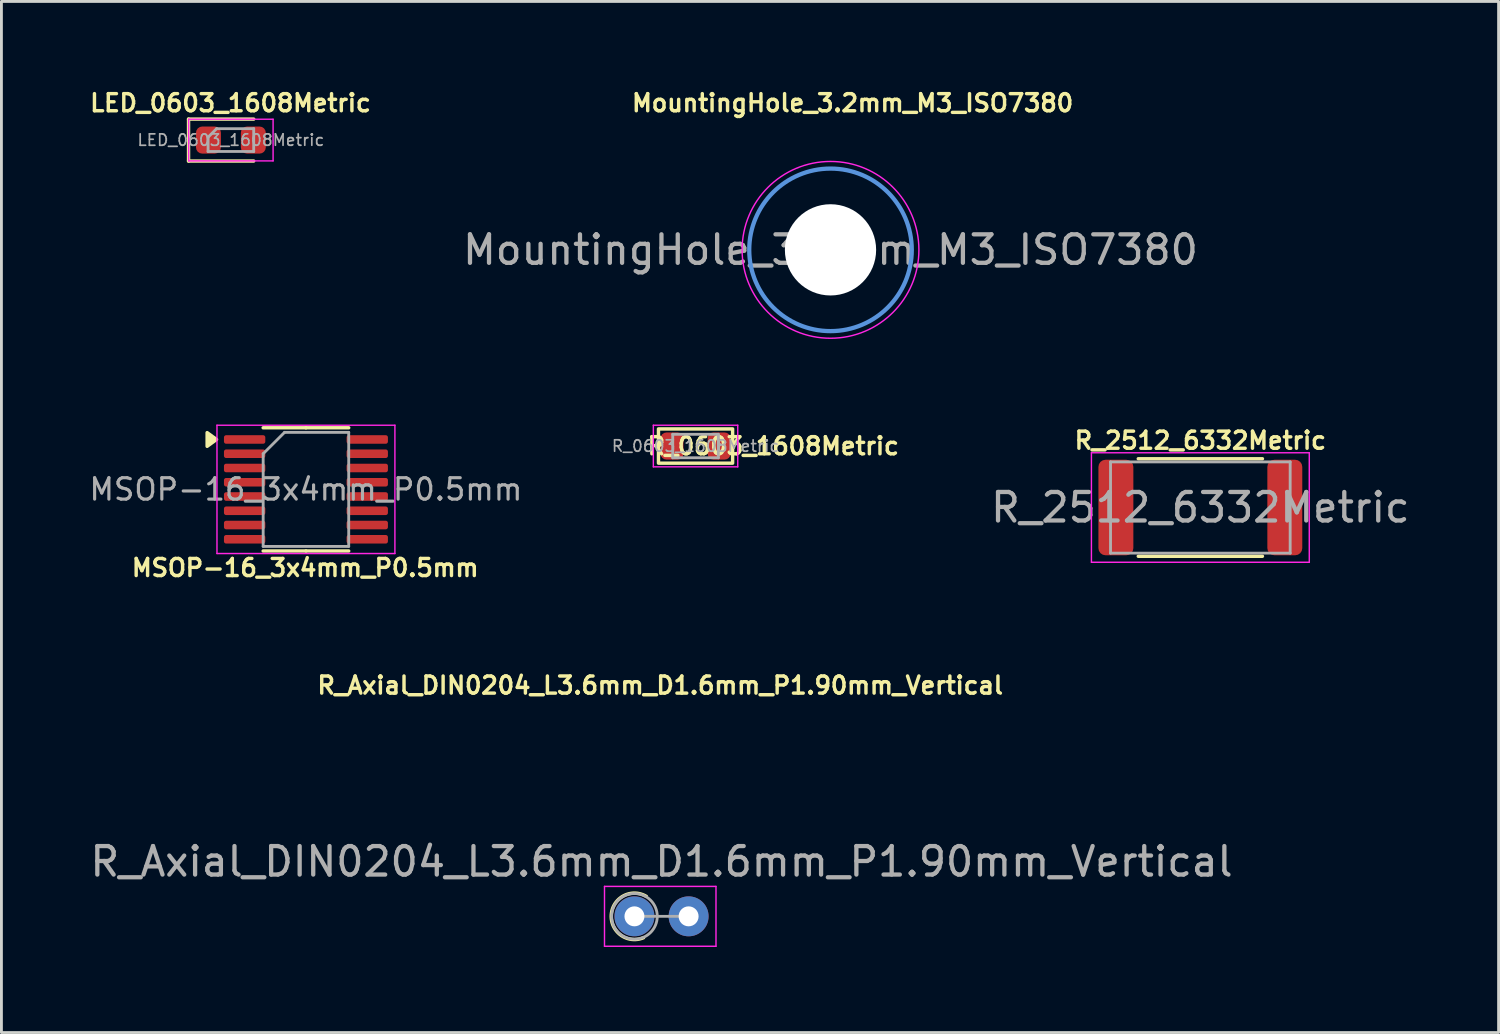
<source format=kicad_pcb>
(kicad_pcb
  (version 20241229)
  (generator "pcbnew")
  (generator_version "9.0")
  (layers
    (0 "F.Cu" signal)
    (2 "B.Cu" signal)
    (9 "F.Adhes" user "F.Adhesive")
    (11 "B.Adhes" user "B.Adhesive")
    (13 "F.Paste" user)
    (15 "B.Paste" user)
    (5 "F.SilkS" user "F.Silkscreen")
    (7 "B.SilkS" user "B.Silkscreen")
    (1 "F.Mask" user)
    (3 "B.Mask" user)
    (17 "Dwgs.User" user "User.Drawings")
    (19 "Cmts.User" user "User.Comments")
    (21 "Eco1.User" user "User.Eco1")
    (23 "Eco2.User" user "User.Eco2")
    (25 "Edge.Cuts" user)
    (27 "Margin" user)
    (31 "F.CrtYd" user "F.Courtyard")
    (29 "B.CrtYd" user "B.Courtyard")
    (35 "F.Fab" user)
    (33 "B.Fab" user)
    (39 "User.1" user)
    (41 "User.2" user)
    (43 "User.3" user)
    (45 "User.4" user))
  (footprint "MSOP-16_3x4mm_P0.5mm"
    (layer "F.Cu")
    (at 7.679 14.112)
    (property "Reference" "MSOP-16_3x4mm_P0.5mm" (at -0.025 2.75 0) (layer "F.SilkS") (effects (font (size 0.6 0.6) (thickness 0.12))))
    (attr smd)
    (fp_line (start 0 -2.16) (end -1.5 -2.16) (stroke (width 0.12) (type solid)) (layer "F.SilkS"))
    (fp_line (start 0 -2.16) (end 1.5 -2.16) (stroke (width 0.12) (type solid)) (layer "F.SilkS"))
    (fp_line (start 0 2.16) (end -1.5 2.16) (stroke (width 0.12) (type solid)) (layer "F.SilkS"))
    (fp_line (start 0 2.16) (end 1.5 2.16) (stroke (width 0.12) (type solid)) (layer "F.SilkS"))
    (fp_poly (pts (xy -3.135 -1.75) (xy -3.465 -1.99) (xy -3.465 -1.51) (xy -3.135 -1.75)) (stroke (width 0.12) (type solid)) (fill yes) (layer "F.SilkS"))
    (fp_line (start -3.12 -2.25) (end -3.12 2.25) (stroke (width 0.05) (type solid)) (layer "F.CrtYd"))
    (fp_line (start -3.12 2.25) (end 3.12 2.25) (stroke (width 0.05) (type solid)) (layer "F.CrtYd"))
    (fp_line (start 3.12 -2.25) (end -3.12 -2.25) (stroke (width 0.05) (type solid)) (layer "F.CrtYd"))
    (fp_line (start 3.12 2.25) (end 3.12 -2.25) (stroke (width 0.05) (type solid)) (layer "F.CrtYd"))
    (fp_line (start -1.5 -1.25) (end -0.75 -2) (stroke (width 0.1) (type solid)) (layer "F.Fab"))
    (fp_line (start -1.5 2) (end -1.5 -1.25) (stroke (width 0.1) (type solid)) (layer "F.Fab"))
    (fp_line (start -0.75 -2) (end 1.5 -2) (stroke (width 0.1) (type solid)) (layer "F.Fab"))
    (fp_line (start 1.5 -2) (end 1.5 2) (stroke (width 0.1) (type solid)) (layer "F.Fab"))
    (fp_line (start 1.5 2) (end -1.5 2) (stroke (width 0.1) (type solid)) (layer "F.Fab"))
    (fp_text user "${REFERENCE}" (at 0 0 0) (layer "F.Fab") (effects (font (size 0.75 0.75) (thickness 0.11))))
    (pad "1" smd roundrect (at -2.15 -1.75) (size 1.45 0.3) (layers "F.Cu" "F.Mask" "F.Paste") (roundrect_rratio 0.25))
    (pad "2" smd roundrect (at -2.15 -1.25) (size 1.45 0.3) (layers "F.Cu" "F.Mask" "F.Paste") (roundrect_rratio 0.25))
    (pad "3" smd roundrect (at -2.15 -0.75) (size 1.45 0.3) (layers "F.Cu" "F.Mask" "F.Paste") (roundrect_rratio 0.25))
    (pad "4" smd roundrect (at -2.15 -0.25) (size 1.45 0.3) (layers "F.Cu" "F.Mask" "F.Paste") (roundrect_rratio 0.25))
    (pad "5" smd roundrect (at -2.15 0.25) (size 1.45 0.3) (layers "F.Cu" "F.Mask" "F.Paste") (roundrect_rratio 0.25))
    (pad "6" smd roundrect (at -2.15 0.75) (size 1.45 0.3) (layers "F.Cu" "F.Mask" "F.Paste") (roundrect_rratio 0.25))
    (pad "7" smd roundrect (at -2.15 1.25) (size 1.45 0.3) (layers "F.Cu" "F.Mask" "F.Paste") (roundrect_rratio 0.25))
    (pad "8" smd roundrect (at -2.15 1.75) (size 1.45 0.3) (layers "F.Cu" "F.Mask" "F.Paste") (roundrect_rratio 0.25))
    (pad "9" smd roundrect (at 2.15 1.75) (size 1.45 0.3) (layers "F.Cu" "F.Mask" "F.Paste") (roundrect_rratio 0.25))
    (pad "10" smd roundrect (at 2.15 1.25) (size 1.45 0.3) (layers "F.Cu" "F.Mask" "F.Paste") (roundrect_rratio 0.25))
    (pad "11" smd roundrect (at 2.15 0.75) (size 1.45 0.3) (layers "F.Cu" "F.Mask" "F.Paste") (roundrect_rratio 0.25))
    (pad "12" smd roundrect (at 2.15 0.25) (size 1.45 0.3) (layers "F.Cu" "F.Mask" "F.Paste") (roundrect_rratio 0.25))
    (pad "13" smd roundrect (at 2.15 -0.25) (size 1.45 0.3) (layers "F.Cu" "F.Mask" "F.Paste") (roundrect_rratio 0.25))
    (pad "14" smd roundrect (at 2.15 -0.75) (size 1.45 0.3) (layers "F.Cu" "F.Mask" "F.Paste") (roundrect_rratio 0.25))
    (pad "15" smd roundrect (at 2.15 -1.25) (size 1.45 0.3) (layers "F.Cu" "F.Mask" "F.Paste") (roundrect_rratio 0.25))
    (pad "16" smd roundrect (at 2.15 -1.75) (size 1.45 0.3) (layers "F.Cu" "F.Mask" "F.Paste") (roundrect_rratio 0.25)))
  (footprint "R_Axial_DIN0204_L3.6mm_D1.6mm_P1.90mm_Vertical"
    (layer "F.Cu")
    (at 19.199 29.085)
    (property "Reference" "R_Axial_DIN0204_L3.6mm_D1.6mm_P1.90mm_Vertical" (at 0.905 -8.1 0) (layer "F.SilkS") (effects (font (size 0.6 0.6) (thickness 0.12))))
    (attr through_hole)
    (fp_arc (start 0.320095 0.749359) (mid -0.813042 -0.054435) (end 0.417133 -0.7) (stroke (width 0.12) (type solid)) (layer "F.SilkS"))
    (fp_line (start -1.05 -1.05) (end -1.05 1.05) (stroke (width 0.05) (type solid)) (layer "F.CrtYd"))
    (fp_line (start -1.05 1.05) (end 2.86 1.05) (stroke (width 0.05) (type solid)) (layer "F.CrtYd"))
    (fp_line (start 2.86 -1.05) (end -1.05 -1.05) (stroke (width 0.05) (type solid)) (layer "F.CrtYd"))
    (fp_line (start 2.86 1.05) (end 2.86 -1.05) (stroke (width 0.05) (type solid)) (layer "F.CrtYd"))
    (fp_line (start 0 0) (end 1.9 0) (stroke (width 0.1) (type solid)) (layer "F.Fab"))
    (fp_circle (center 0 0) (end 0.8 0) (stroke (width 0.1) (type solid)) (fill no) (layer "F.Fab"))
    (fp_text user "${REFERENCE}" (at 0.95 -1.92 0) (layer "F.Fab") (effects (font (size 1 1) (thickness 0.15))))
    (pad "1" thru_hole circle (at 0 0) (size 1.4 1.4) (drill 0.7) (layers "*.Cu" "*.Mask"))
    (pad "2" thru_hole oval (at 1.9 0) (size 1.4 1.4) (drill 0.7) (layers "*.Cu" "*.Mask")))
  (footprint "MountingHole_3.2mm_M3_ISO7380"
    (layer "F.Cu")
    (at 26.075 5.712)
    (property "Reference" "MountingHole_3.2mm_M3_ISO7380" (at 0.775 -5.15 0) (layer "F.SilkS") (effects (font (size 0.6 0.6) (thickness 0.12))))
    (attr exclude_from_pos_files exclude_from_bom)
    (fp_circle (center 0 0) (end 2.85 0) (stroke (width 0.15) (type solid)) (fill no) (layer "Cmts.User"))
    (fp_circle (center 0 0) (end 3.1 0) (stroke (width 0.05) (type solid)) (fill no) (layer "F.CrtYd"))
    (fp_text user "${REFERENCE}" (at 0 0 0) (layer "F.Fab") (effects (font (size 1 1) (thickness 0.15))))
    (pad "" np_thru_hole circle (at 0 0) (size 3.2 3.2) (drill 3.2) (layers "*.Cu" "*.Mask")))
  (footprint "R_2512_6332Metric"
    (layer "F.Cu")
    (at 39.045 14.748)
    (property "Reference" "R_2512_6332Metric" (at 0 -2.35 0) (layer "F.SilkS") (effects (font (size 0.6 0.6) (thickness 0.12))))
    (attr smd)
    (fp_line (start -2.177 -1.71) (end 2.177 -1.71) (stroke (width 0.12) (type solid)) (layer "F.SilkS"))
    (fp_line (start -2.177 1.71) (end 2.177 1.71) (stroke (width 0.12) (type solid)) (layer "F.SilkS"))
    (fp_line (start -3.82 -1.92) (end 3.82 -1.92) (stroke (width 0.05) (type solid)) (layer "F.CrtYd"))
    (fp_line (start -3.82 1.92) (end -3.82 -1.92) (stroke (width 0.05) (type solid)) (layer "F.CrtYd"))
    (fp_line (start 3.82 -1.92) (end 3.82 1.92) (stroke (width 0.05) (type solid)) (layer "F.CrtYd"))
    (fp_line (start 3.82 1.92) (end -3.82 1.92) (stroke (width 0.05) (type solid)) (layer "F.CrtYd"))
    (fp_line (start -3.15 -1.6) (end 3.15 -1.6) (stroke (width 0.1) (type solid)) (layer "F.Fab"))
    (fp_line (start -3.15 1.6) (end -3.15 -1.6) (stroke (width 0.1) (type solid)) (layer "F.Fab"))
    (fp_line (start 3.15 -1.6) (end 3.15 1.6) (stroke (width 0.1) (type solid)) (layer "F.Fab"))
    (fp_line (start 3.15 1.6) (end -3.15 1.6) (stroke (width 0.1) (type solid)) (layer "F.Fab"))
    (fp_text user "${REFERENCE}" (at 0 0 0) (layer "F.Fab") (effects (font (size 1 1) (thickness 0.15))))
    (pad "1" smd roundrect (at -2.962 0) (size 1.225 3.35) (layers "F.Cu" "F.Mask" "F.Paste") (roundrect_rratio 0.204))
    (pad "2" smd roundrect (at 2.962 0) (size 1.225 3.35) (layers "F.Cu" "F.Mask" "F.Paste") (roundrect_rratio 0.204)))
  (footprint "R_0603_1608Metric"
    (layer "F.Cu")
    (at 21.342 12.592)
    (property "Reference" "R_0603_1608Metric" (at 2.725 0 180) (layer "F.SilkS") (effects (font (size 0.6 0.6) (thickness 0.12))))
    (attr smd)
    (fp_rect (start -1.3 -0.6) (end 1.3 0.6) (stroke (width 0.12) (type default)) (fill no) (layer "F.SilkS"))
    (fp_line (start -1.48 -0.73) (end 1.48 -0.73) (stroke (width 0.05) (type solid)) (layer "F.CrtYd"))
    (fp_line (start -1.48 0.73) (end -1.48 -0.73) (stroke (width 0.05) (type solid)) (layer "F.CrtYd"))
    (fp_line (start 1.48 -0.73) (end 1.48 0.73) (stroke (width 0.05) (type solid)) (layer "F.CrtYd"))
    (fp_line (start 1.48 0.73) (end -1.48 0.73) (stroke (width 0.05) (type solid)) (layer "F.CrtYd"))
    (fp_line (start -0.8 -0.412) (end 0.8 -0.412) (stroke (width 0.1) (type solid)) (layer "F.Fab"))
    (fp_line (start -0.8 0.412) (end -0.8 -0.412) (stroke (width 0.1) (type solid)) (layer "F.Fab"))
    (fp_line (start 0.8 -0.412) (end 0.8 0.412) (stroke (width 0.1) (type solid)) (layer "F.Fab"))
    (fp_line (start 0.8 0.412) (end -0.8 0.412) (stroke (width 0.1) (type solid)) (layer "F.Fab"))
    (fp_text user "${REFERENCE}" (at 0 0 180) (layer "F.Fab") (effects (font (size 0.4 0.4) (thickness 0.06))))
    (pad "1" smd roundrect (at -0.825 0) (size 0.8 0.95) (layers "F.Cu" "F.Mask" "F.Paste") (roundrect_rratio 0.25))
    (pad "2" smd roundrect (at 0.825 0) (size 0.8 0.95) (layers "F.Cu" "F.Mask" "F.Paste") (roundrect_rratio 0.25)))
  (footprint "LED_0603_1608Metric"
    (layer "F.Cu")
    (at 5.047 1.862)
    (property "Reference" "LED_0603_1608Metric" (at -0.013 -1.3 180) (layer "F.SilkS") (effects (font (size 0.6 0.6) (thickness 0.12))))
    (attr smd)
    (fp_line (start -1.485 -0.735) (end -1.485 0.735) (stroke (width 0.12) (type solid)) (layer "F.SilkS"))
    (fp_line (start -1.485 0.735) (end 0.8 0.735) (stroke (width 0.12) (type solid)) (layer "F.SilkS"))
    (fp_line (start 0.8 -0.735) (end -1.485 -0.735) (stroke (width 0.12) (type solid)) (layer "F.SilkS"))
    (fp_line (start -1.48 -0.73) (end 1.48 -0.73) (stroke (width 0.05) (type solid)) (layer "F.CrtYd"))
    (fp_line (start -1.48 0.73) (end -1.48 -0.73) (stroke (width 0.05) (type solid)) (layer "F.CrtYd"))
    (fp_line (start 1.48 -0.73) (end 1.48 0.73) (stroke (width 0.05) (type solid)) (layer "F.CrtYd"))
    (fp_line (start 1.48 0.73) (end -1.48 0.73) (stroke (width 0.05) (type solid)) (layer "F.CrtYd"))
    (fp_line (start -0.8 -0.1) (end -0.8 0.4) (stroke (width 0.1) (type solid)) (layer "F.Fab"))
    (fp_line (start -0.8 0.4) (end 0.8 0.4) (stroke (width 0.1) (type solid)) (layer "F.Fab"))
    (fp_line (start -0.5 -0.4) (end -0.8 -0.1) (stroke (width 0.1) (type solid)) (layer "F.Fab"))
    (fp_line (start 0.8 -0.4) (end -0.5 -0.4) (stroke (width 0.1) (type solid)) (layer "F.Fab"))
    (fp_line (start 0.8 0.4) (end 0.8 -0.4) (stroke (width 0.1) (type solid)) (layer "F.Fab"))
    (fp_text user "${REFERENCE}" (at 0 0 180) (layer "F.Fab") (effects (font (size 0.4 0.4) (thickness 0.06))))
    (pad "1" smd roundrect (at -0.787 0) (size 0.875 0.95) (layers "F.Cu" "F.Mask" "F.Paste") (roundrect_rratio 0.25))
    (pad "2" smd roundrect (at 0.787 0) (size 0.875 0.95) (layers "F.Cu" "F.Mask" "F.Paste") (roundrect_rratio 0.25)))
  (gr_rect
    (start -3 -3)
    (end 49.504 33.16)
    (stroke (width 0.1) (type default))
    (fill no)
    (layer "Edge.Cuts")))
</source>
